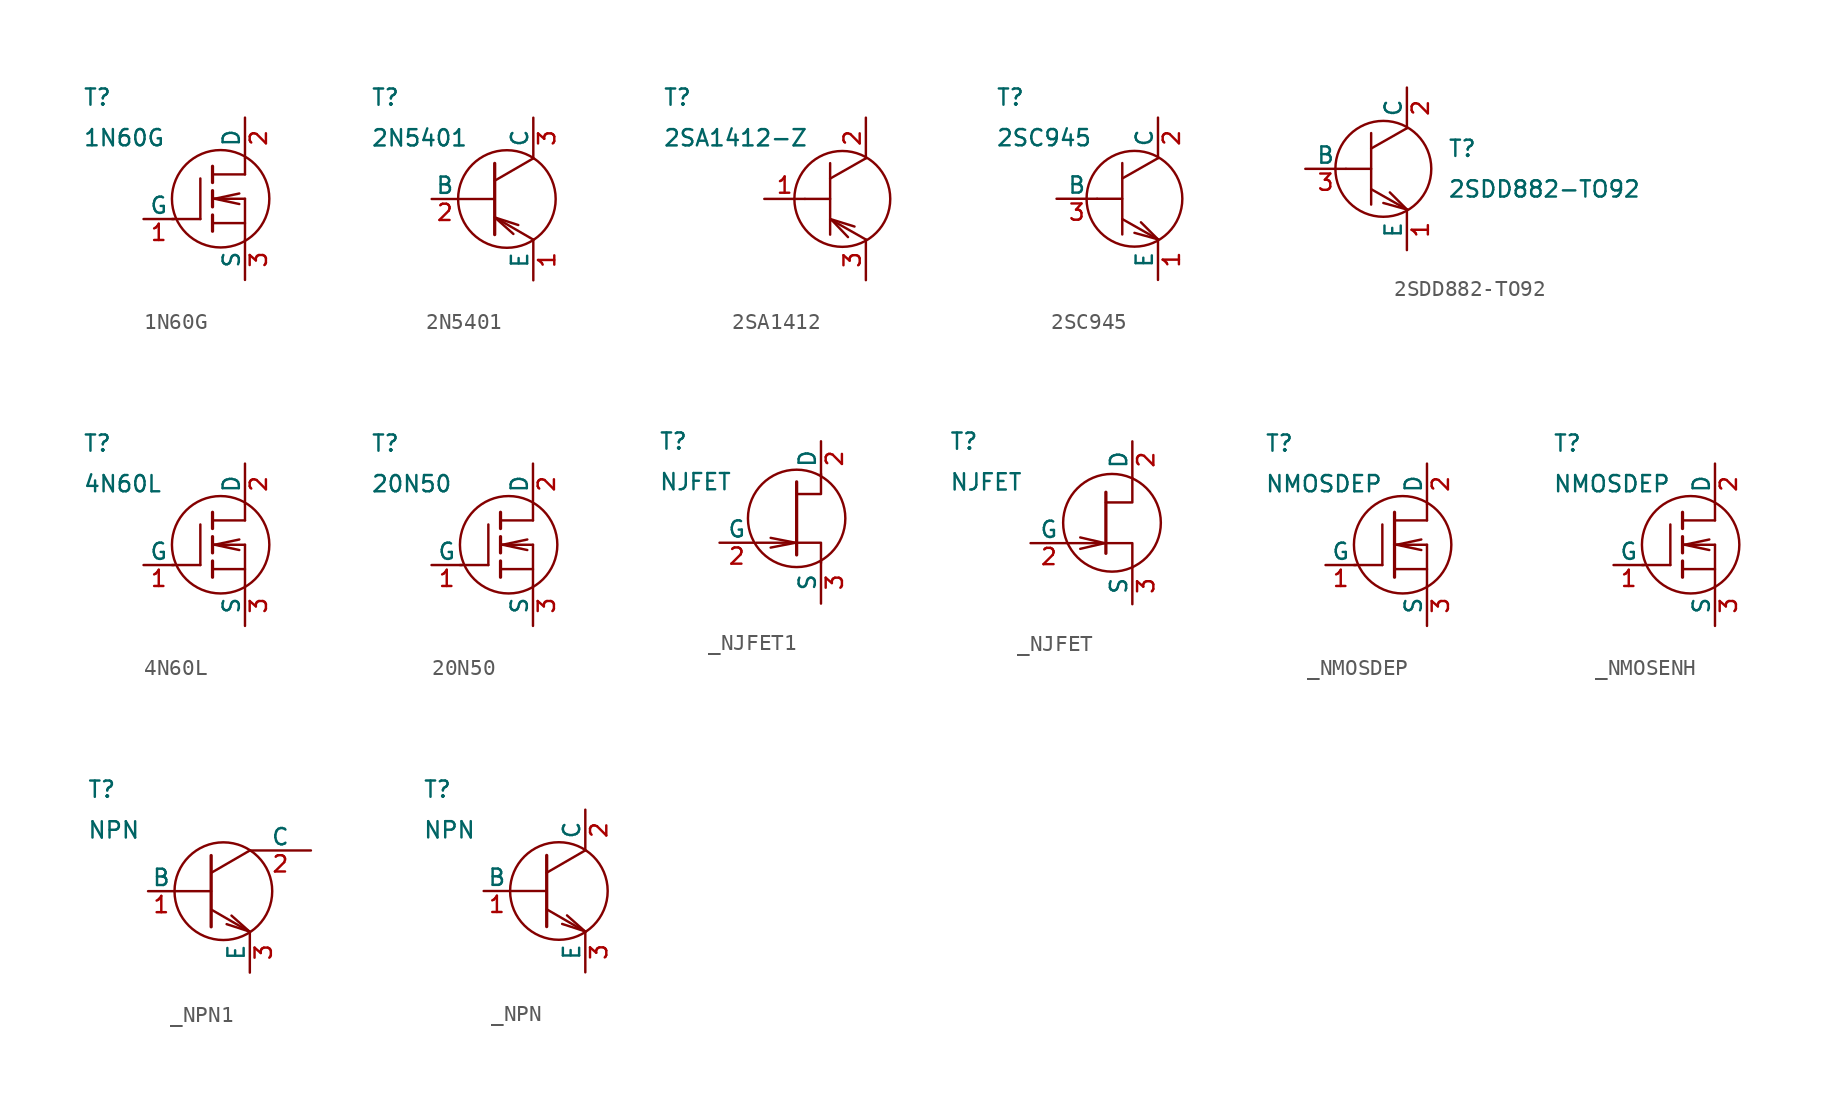
<source format=kicad_sym>
(kicad_symbol_lib
  (version 20231120)
  (generator "kicad_symbol_editor")
  (generator_version "8.0")
  (symbol "1N60G"
    (pin_names
      (offset 0))
    (property "Reference" "T"
      (at -8.89 6.35 0)
      (effects (font (size 1.016 1.016)) (justify left)))
    (property "Value" "1N60G"
      (at -8.89 3.81 0)
      (effects (font (size 1.016 1.016)) (justify left)))
    (symbol "1N60G_0_1"
      (circle (center -0.254 0) (radius 3.048) (stroke (width 0) (type default)) (fill (type none)))
      (polyline (pts (xy -1.524 -1.27) (xy -1.524 1.27)) (stroke (width 0) (type default)) (fill (type none))))
    (symbol "1N60G_1_1"
      (polyline (pts (xy -3.302 -1.27) (xy -1.524 -1.27)) (stroke (width 0) (type default)) (fill (type none)))
      (polyline (pts (xy -0.762 -1.524) (xy 1.27 -1.524)) (stroke (width 0) (type default)) (fill (type none)))
      (polyline (pts (xy -0.762 -1.016) (xy -0.762 -2.032)) (stroke (width 0.203) (type default)) (fill (type none)))
      (polyline (pts (xy -0.762 0.508) (xy -0.762 -0.508)) (stroke (width 0.203) (type default)) (fill (type none)))
      (polyline (pts (xy -0.762 1.524) (xy 1.27 1.524)) (stroke (width 0) (type default)) (fill (type none)))
      (polyline (pts (xy -0.762 2.032) (xy -0.762 1.016)) (stroke (width 0.203) (type default)) (fill (type none)))
      (polyline (pts (xy -0.635 0) (xy 0.914 -0.33)) (stroke (width 0) (type default)) (fill (type none)))
      (polyline (pts (xy 0.914 0.33) (xy -0.635 0)) (stroke (width 0) (type default)) (fill (type none)))
      (polyline (pts (xy 1.27 0) (xy -0.635 0)) (stroke (width 0) (type default)) (fill (type none)))
      (polyline (pts (xy 1.27 0) (xy 1.27 -2.54)) (stroke (width 0) (type default)) (fill (type none)))
      (polyline (pts (xy 1.27 2.54) (xy 1.27 1.524)) (stroke (width 0) (type default)) (fill (type none)))
      (pin input line (at -5.08 -1.27 0) (length 1.905) (name "G" (effects (font (size 1.016 1.016)))) (number "1" (effects (font (size 1.016 1.016)))))
      (pin input line (at 1.27 5.08 270) (length 2.54) (name "D" (effects (font (size 1.016 1.016)))) (number "2" (effects (font (size 1.016 1.016)))))
      (pin input line (at 1.27 -5.08 90) (length 2.54) (name "S" (effects (font (size 1.016 1.016)))) (number "3" (effects (font (size 1.016 1.016)))))))
  (symbol "2N5401"
    (pin_names
      (offset 0))
    (property "Reference" "T"
      (at -8.89 6.35 0)
      (effects (font (size 1.016 1.016)) (justify left)))
    (property "Value" "2N5401"
      (at -8.89 3.81 0)
      (effects (font (size 1.016 1.016)) (justify left)))
    (symbol "2N5401_0_1"
      (circle (center -0.381 0) (radius 3.048) (stroke (width 0) (type default)) (fill (type none)))
      (polyline (pts (xy -3.429 0) (xy -1.143 0)) (stroke (width 0) (type default)) (fill (type none)))
      (polyline (pts (xy -1.143 -1.143) (xy 1.27 -2.54)) (stroke (width 0) (type default)) (fill (type none)))
      (polyline (pts (xy -1.143 1.143) (xy 1.27 2.54)) (stroke (width 0) (type default)) (fill (type none)))
      (polyline (pts (xy 0.025 -2.184) (xy -1.118 -1.168)) (stroke (width 0) (type default)) (fill (type none)))
      (polyline (pts (xy 0.33 -1.626) (xy -1.118 -1.159)) (stroke (width 0) (type default)) (fill (type none))))
    (symbol "2N5401_1_1"
      (polyline (pts (xy -1.143 2.223) (xy -1.143 -2.223)) (stroke (width 0.203) (type default)) (fill (type none)))
      (pin input line (at 1.27 -5.08 90) (length 2.54) (name "E" (effects (font (size 1.016 1.016)))) (number "1" (effects (font (size 1.016 1.016)))))
      (pin input line (at -5.08 0 0) (length 1.651) (name "B" (effects (font (size 1.016 1.016)))) (number "2" (effects (font (size 1.016 1.016)))))
      (pin input line (at 1.27 5.08 270) (length 2.54) (name "C" (effects (font (size 1.016 1.016)))) (number "3" (effects (font (size 1.016 1.016)))))))
  (symbol "2SA1412"
    (pin_names
      (offset 0) hide)
    (property "Reference" "T"
      (at -11.43 6.35 0)
      (effects (font (size 1.016 1.016)) (justify left)))
    (property "Value" "2SA1412-Z"
      (at -11.43 3.81 0)
      (effects (font (size 1.016 1.016)) (justify left)))
    (symbol "2SA1412_1_1"
      (circle (center -0.203 0) (radius 2.997) (stroke (width 0) (type default)) (fill (type none)))
      (polyline (pts (xy -2.54 0) (xy -1.016 0)) (stroke (width 0) (type default)) (fill (type none)))
      (polyline (pts (xy -0.965 0) (xy -0.965 -2.235)) (stroke (width 0) (type default)) (fill (type none)))
      (polyline (pts (xy -0.965 0) (xy -0.965 2.235)) (stroke (width 0) (type default)) (fill (type none)))
      (polyline (pts (xy 1.27 -2.54) (xy -0.965 -1.27)) (stroke (width 0) (type default)) (fill (type none)))
      (polyline (pts (xy 1.27 2.54) (xy -0.965 1.27)) (stroke (width 0) (type default)) (fill (type none)))
      (polyline (pts (xy 0.152 -2.388) (xy -0.914 -1.27) (xy 0.559 -1.727)) (stroke (width 0) (type default)) (fill (type none)))
      (pin passive line (at -5.08 0 0) (length 2.54) (name "B" (effects (font (size 1.016 1.016)))) (number "1" (effects (font (size 1.016 1.016)))))
      (pin passive line (at 1.27 5.08 270) (length 2.54) (name "C" (effects (font (size 1.016 1.016)))) (number "2" (effects (font (size 1.016 1.016)))))
      (pin passive line (at 1.27 -5.08 90) (length 2.54) (name "E" (effects (font (size 1.016 1.016)))) (number "3" (effects (font (size 1.016 1.016)))))))
  (symbol "2SC945"
    (pin_names
      (offset 0))
    (property "Reference" "T"
      (at -8.89 6.35 0)
      (effects (font (size 1.016 1.016)) (justify left)))
    (property "Value" "2SC945"
      (at -8.89 3.81 0)
      (effects (font (size 1.016 1.016)) (justify left)))
    (symbol "2SC945_1_1"
      (circle (center -0.203 0) (radius 2.997) (stroke (width 0) (type default)) (fill (type none)))
      (polyline (pts (xy -2.54 0) (xy -1.016 0)) (stroke (width 0) (type default)) (fill (type none)))
      (polyline (pts (xy -0.965 0) (xy -0.965 -2.235)) (stroke (width 0) (type default)) (fill (type none)))
      (polyline (pts (xy -0.965 0) (xy -0.965 2.235)) (stroke (width 0) (type default)) (fill (type none)))
      (polyline (pts (xy 1.27 -2.54) (xy -0.965 -1.27)) (stroke (width 0) (type default)) (fill (type none)))
      (polyline (pts (xy 1.27 2.54) (xy -0.965 1.27)) (stroke (width 0) (type default)) (fill (type none)))
      (polyline (pts (xy 0.203 -1.473) (xy 1.27 -2.54) (xy -0.203 -2.134)) (stroke (width 0) (type default)) (fill (type none)))
      (pin passive line (at 1.27 -5.08 90) (length 2.54) (name "E" (effects (font (size 1.016 1.016)))) (number "1" (effects (font (size 1.016 1.016)))))
      (pin passive line (at 1.27 5.08 270) (length 2.54) (name "C" (effects (font (size 1.016 1.016)))) (number "2" (effects (font (size 1.016 1.016)))))
      (pin passive line (at -5.08 0 0) (length 2.54) (name "B" (effects (font (size 1.016 1.016)))) (number "3" (effects (font (size 1.016 1.016)))))))
  (symbol "2SDD882-TO92"
    (pin_names
      (offset 0))
    (property "Reference" "T"
      (at 3.81 1.27 0)
      (effects (font (size 1.016 1.016)) (justify left)))
    (property "Value" "2SDD882-TO92"
      (at 3.81 -1.27 0)
      (effects (font (size 1.016 1.016)) (justify left)))
    (symbol "2SDD882-TO92_1_1"
      (circle (center -0.203 0) (radius 2.997) (stroke (width 0) (type default)) (fill (type none)))
      (polyline (pts (xy -2.54 0) (xy -1.016 0)) (stroke (width 0) (type default)) (fill (type none)))
      (polyline (pts (xy -0.965 0) (xy -0.965 -2.235)) (stroke (width 0) (type default)) (fill (type none)))
      (polyline (pts (xy -0.965 0) (xy -0.965 2.235)) (stroke (width 0) (type default)) (fill (type none)))
      (polyline (pts (xy 1.27 -2.54) (xy -0.965 -1.27)) (stroke (width 0) (type default)) (fill (type none)))
      (polyline (pts (xy 1.27 2.54) (xy -0.965 1.27)) (stroke (width 0) (type default)) (fill (type none)))
      (polyline (pts (xy 0.203 -1.473) (xy 1.27 -2.54) (xy -0.203 -2.134)) (stroke (width 0) (type default)) (fill (type none)))
      (pin passive line (at 1.27 -5.08 90) (length 2.54) (name "E" (effects (font (size 1.016 1.016)))) (number "1" (effects (font (size 1.016 1.016)))))
      (pin passive line (at 1.27 5.08 270) (length 2.54) (name "C" (effects (font (size 1.016 1.016)))) (number "2" (effects (font (size 1.016 1.016)))))
      (pin passive line (at -5.08 0 0) (length 2.54) (name "B" (effects (font (size 1.016 1.016)))) (number "3" (effects (font (size 1.016 1.016)))))))
  (symbol "4N60L"
    (pin_names
      (offset 0))
    (property "Reference" "T"
      (at -8.89 6.35 0)
      (effects (font (size 1.016 1.016)) (justify left)))
    (property "Value" "4N60L"
      (at -8.89 3.81 0)
      (effects (font (size 1.016 1.016)) (justify left)))
    (symbol "4N60L_0_1"
      (circle (center -0.254 0) (radius 3.048) (stroke (width 0) (type default)) (fill (type none)))
      (polyline (pts (xy -1.524 -1.27) (xy -1.524 1.27)) (stroke (width 0) (type default)) (fill (type none))))
    (symbol "4N60L_1_1"
      (polyline (pts (xy -3.302 -1.27) (xy -1.524 -1.27)) (stroke (width 0) (type default)) (fill (type none)))
      (polyline (pts (xy -0.762 -1.524) (xy 1.27 -1.524)) (stroke (width 0) (type default)) (fill (type none)))
      (polyline (pts (xy -0.762 -1.016) (xy -0.762 -2.032)) (stroke (width 0.203) (type default)) (fill (type none)))
      (polyline (pts (xy -0.762 0.508) (xy -0.762 -0.508)) (stroke (width 0.203) (type default)) (fill (type none)))
      (polyline (pts (xy -0.762 1.524) (xy 1.27 1.524)) (stroke (width 0) (type default)) (fill (type none)))
      (polyline (pts (xy -0.762 2.032) (xy -0.762 1.016)) (stroke (width 0.203) (type default)) (fill (type none)))
      (polyline (pts (xy -0.635 0) (xy 0.914 -0.33)) (stroke (width 0) (type default)) (fill (type none)))
      (polyline (pts (xy 0.914 0.33) (xy -0.635 0)) (stroke (width 0) (type default)) (fill (type none)))
      (polyline (pts (xy 1.27 0) (xy -0.635 0)) (stroke (width 0) (type default)) (fill (type none)))
      (polyline (pts (xy 1.27 0) (xy 1.27 -2.54)) (stroke (width 0) (type default)) (fill (type none)))
      (polyline (pts (xy 1.27 2.54) (xy 1.27 1.524)) (stroke (width 0) (type default)) (fill (type none)))
      (pin input line (at -5.08 -1.27 0) (length 1.905) (name "G" (effects (font (size 1.016 1.016)))) (number "1" (effects (font (size 1.016 1.016)))))
      (pin input line (at 1.27 5.08 270) (length 2.54) (name "D" (effects (font (size 1.016 1.016)))) (number "2" (effects (font (size 1.016 1.016)))))
      (pin input line (at 1.27 -5.08 90) (length 2.54) (name "S" (effects (font (size 1.016 1.016)))) (number "3" (effects (font (size 1.016 1.016)))))))
  (symbol "20N50"
    (pin_names
      (offset 0))
    (property "Reference" "T"
      (at -8.89 6.35 0)
      (effects (font (size 1.016 1.016)) (justify left)))
    (property "Value" "20N50"
      (at -8.89 3.81 0)
      (effects (font (size 1.016 1.016)) (justify left)))
    (symbol "20N50_0_1"
      (circle (center -0.254 0) (radius 3.048) (stroke (width 0) (type default)) (fill (type none)))
      (polyline (pts (xy -1.524 -1.27) (xy -1.524 1.27)) (stroke (width 0) (type default)) (fill (type none))))
    (symbol "20N50_1_1"
      (polyline (pts (xy -3.302 -1.27) (xy -1.524 -1.27)) (stroke (width 0) (type default)) (fill (type none)))
      (polyline (pts (xy -0.762 -1.524) (xy 1.27 -1.524)) (stroke (width 0) (type default)) (fill (type none)))
      (polyline (pts (xy -0.762 -1.016) (xy -0.762 -2.032)) (stroke (width 0.203) (type default)) (fill (type none)))
      (polyline (pts (xy -0.762 0.508) (xy -0.762 -0.508)) (stroke (width 0.203) (type default)) (fill (type none)))
      (polyline (pts (xy -0.762 1.524) (xy 1.27 1.524)) (stroke (width 0) (type default)) (fill (type none)))
      (polyline (pts (xy -0.762 2.032) (xy -0.762 1.016)) (stroke (width 0.203) (type default)) (fill (type none)))
      (polyline (pts (xy -0.635 0) (xy 0.914 -0.33)) (stroke (width 0) (type default)) (fill (type none)))
      (polyline (pts (xy 0.914 0.33) (xy -0.635 0)) (stroke (width 0) (type default)) (fill (type none)))
      (polyline (pts (xy 1.27 0) (xy -0.635 0)) (stroke (width 0) (type default)) (fill (type none)))
      (polyline (pts (xy 1.27 0) (xy 1.27 -2.54)) (stroke (width 0) (type default)) (fill (type none)))
      (polyline (pts (xy 1.27 2.54) (xy 1.27 1.524)) (stroke (width 0) (type default)) (fill (type none)))
      (pin input line (at -5.08 -1.27 0) (length 1.905) (name "G" (effects (font (size 1.016 1.016)))) (number "1" (effects (font (size 1.016 1.016)))))
      (pin input line (at 1.27 5.08 270) (length 2.54) (name "D" (effects (font (size 1.016 1.016)))) (number "2" (effects (font (size 1.016 1.016)))))
      (pin input line (at 1.27 -5.08 90) (length 2.54) (name "S" (effects (font (size 1.016 1.016)))) (number "3" (effects (font (size 1.016 1.016)))))))
  (symbol "_NJFET1"
    (pin_names
      (offset 0))
    (property "Reference" "T"
      (at -8.89 5.08 0)
      (effects (font (size 1.016 1.016)) (justify left)))
    (property "Value" "NJFET"
      (at -8.89 2.54 0)
      (effects (font (size 1.016 1.016)) (justify left)))
    (symbol "_NJFET1_0_1"
      (circle (center -0.254 0.254) (radius 3.048) (stroke (width 0) (type default)) (fill (type none)))
      (polyline (pts (xy 1.27 -2.54) (xy 1.27 -1.27) (xy -2.794 -1.27)) (stroke (width 0) (type default)) (fill (type none)))
      (polyline (pts (xy 1.27 3.048) (xy 1.27 1.778) (xy -0.254 1.778)) (stroke (width 0) (type default)) (fill (type none))))
    (symbol "_NJFET1_1_1"
      (polyline (pts (xy -0.254 -2.032) (xy -0.254 2.54)) (stroke (width 0.203) (type default)) (fill (type none)))
      (polyline (pts (xy -1.88 -0.965) (xy -0.33 -1.27) (xy -1.88 -1.575)) (stroke (width 0) (type default)) (fill (type none)))
      (pin input line (at 1.27 5.08 270) (length 2.159) (name "D" (effects (font (size 1.016 1.016)))) (number "2" (effects (font (size 1.016 1.016)))))
      (pin passive line (at -5.08 -1.27 0) (length 2.159) (name "G" (effects (font (size 1.016 1.016)))) (number "2" (effects (font (size 1.016 1.016)))))
      (pin input line (at 1.27 -5.08 90) (length 2.667) (name "S" (effects (font (size 1.016 1.016)))) (number "3" (effects (font (size 1.016 1.016)))))))
  (symbol "_NJFET"
    (pin_names
      (offset 0))
    (property "Reference" "T"
      (at -10.16 5.08 0)
      (effects (font (size 1.016 1.016)) (justify left)))
    (property "Value" "NJFET"
      (at -10.16 2.54 0)
      (effects (font (size 1.016 1.016)) (justify left)))
    (symbol "_NJFET_0_1"
      (polyline (pts (xy -2.794 -1.27) (xy -0.508 -1.27)) (stroke (width 0) (type default)) (fill (type none)))
      (polyline (pts (xy -0.381 -1.27) (xy 1.27 -1.27) (xy 1.27 -2.794)) (stroke (width 0) (type default)) (fill (type none)))
      (polyline (pts (xy -0.381 1.27) (xy 1.27 1.27) (xy 1.27 2.794)) (stroke (width 0) (type default)) (fill (type none)))
      (circle (center 0 0) (radius 3.048) (stroke (width 0) (type default)) (fill (type none))))
    (symbol "_NJFET_1_1"
      (polyline (pts (xy -1.981 -1.626) (xy -0.457 -1.27)) (stroke (width 0) (type default)) (fill (type none)))
      (polyline (pts (xy -0.457 -1.27) (xy -1.981 -0.914)) (stroke (width 0) (type default)) (fill (type none)))
      (polyline (pts (xy -0.381 1.905) (xy -0.381 -1.905)) (stroke (width 0.203) (type default)) (fill (type none)))
      (pin input line (at 1.27 5.08 270) (length 2.286) (name "D" (effects (font (size 1.016 1.016)))) (number "2" (effects (font (size 1.016 1.016)))))
      (pin passive line (at -5.08 -1.27 0) (length 2.286) (name "G" (effects (font (size 1.016 1.016)))) (number "2" (effects (font (size 1.016 1.016)))))
      (pin input line (at 1.27 -5.08 90) (length 2.286) (name "S" (effects (font (size 1.016 1.016)))) (number "3" (effects (font (size 1.016 1.016)))))))
  (symbol "_NMOSDEP"
    (pin_names
      (offset 0))
    (property "Reference" "T"
      (at -8.89 6.35 0)
      (effects (font (size 1.016 1.016)) (justify left)))
    (property "Value" "NMOSDEP"
      (at -8.89 3.81 0)
      (effects (font (size 1.016 1.016)) (justify left)))
    (symbol "_NMOSDEP_0_1"
      (circle (center -0.254 0) (radius 3.048) (stroke (width 0) (type default)) (fill (type none)))
      (polyline (pts (xy -1.524 -1.27) (xy -1.524 1.27)) (stroke (width 0) (type default)) (fill (type none))))
    (symbol "_NMOSDEP_1_1"
      (polyline (pts (xy -3.302 -1.27) (xy -1.524 -1.27)) (stroke (width 0) (type default)) (fill (type none)))
      (polyline (pts (xy -0.762 -2.032) (xy -0.762 0)) (stroke (width 0.203) (type default)) (fill (type none)))
      (polyline (pts (xy -0.762 -1.524) (xy 1.27 -1.524)) (stroke (width 0) (type default)) (fill (type none)))
      (polyline (pts (xy -0.762 0) (xy -0.762 2.032)) (stroke (width 0.203) (type default)) (fill (type none)))
      (polyline (pts (xy -0.762 1.524) (xy 1.27 1.524)) (stroke (width 0) (type default)) (fill (type none)))
      (polyline (pts (xy -0.635 0) (xy 0.914 -0.33)) (stroke (width 0) (type default)) (fill (type none)))
      (polyline (pts (xy 0.914 0.33) (xy -0.635 0)) (stroke (width 0) (type default)) (fill (type none)))
      (polyline (pts (xy 1.27 0) (xy -0.635 0)) (stroke (width 0) (type default)) (fill (type none)))
      (polyline (pts (xy 1.27 0) (xy 1.27 -2.54)) (stroke (width 0) (type default)) (fill (type none)))
      (polyline (pts (xy 1.27 2.54) (xy 1.27 1.524)) (stroke (width 0) (type default)) (fill (type none)))
      (pin input line (at -5.08 -1.27 0) (length 1.905) (name "G" (effects (font (size 1.016 1.016)))) (number "1" (effects (font (size 1.016 1.016)))))
      (pin input line (at 1.27 5.08 270) (length 2.54) (name "D" (effects (font (size 1.016 1.016)))) (number "2" (effects (font (size 1.016 1.016)))))
      (pin input line (at 1.27 -5.08 90) (length 2.54) (name "S" (effects (font (size 1.016 1.016)))) (number "3" (effects (font (size 1.016 1.016)))))))
  (symbol "_NMOSENH"
    (pin_names
      (offset 0))
    (property "Reference" "T"
      (at -8.89 6.35 0)
      (effects (font (size 1.016 1.016)) (justify left)))
    (property "Value" "NMOSDEP"
      (at -8.89 3.81 0)
      (effects (font (size 1.016 1.016)) (justify left)))
    (symbol "_NMOSENH_0_1"
      (circle (center -0.254 0) (radius 3.048) (stroke (width 0) (type default)) (fill (type none)))
      (polyline (pts (xy -1.524 -1.27) (xy -1.524 1.27)) (stroke (width 0) (type default)) (fill (type none))))
    (symbol "_NMOSENH_1_1"
      (polyline (pts (xy -3.302 -1.27) (xy -1.524 -1.27)) (stroke (width 0) (type default)) (fill (type none)))
      (polyline (pts (xy -0.762 -1.524) (xy 1.27 -1.524)) (stroke (width 0) (type default)) (fill (type none)))
      (polyline (pts (xy -0.762 -1.016) (xy -0.762 -2.032)) (stroke (width 0.203) (type default)) (fill (type none)))
      (polyline (pts (xy -0.762 0.508) (xy -0.762 -0.508)) (stroke (width 0.203) (type default)) (fill (type none)))
      (polyline (pts (xy -0.762 1.524) (xy 1.27 1.524)) (stroke (width 0) (type default)) (fill (type none)))
      (polyline (pts (xy -0.762 2.032) (xy -0.762 1.016)) (stroke (width 0.203) (type default)) (fill (type none)))
      (polyline (pts (xy -0.635 0) (xy 0.914 -0.33)) (stroke (width 0) (type default)) (fill (type none)))
      (polyline (pts (xy 0.914 0.33) (xy -0.635 0)) (stroke (width 0) (type default)) (fill (type none)))
      (polyline (pts (xy 1.27 0) (xy -0.635 0)) (stroke (width 0) (type default)) (fill (type none)))
      (polyline (pts (xy 1.27 0) (xy 1.27 -2.54)) (stroke (width 0) (type default)) (fill (type none)))
      (polyline (pts (xy 1.27 2.54) (xy 1.27 1.524)) (stroke (width 0) (type default)) (fill (type none)))
      (pin input line (at -5.08 -1.27 0) (length 1.905) (name "G" (effects (font (size 1.016 1.016)))) (number "1" (effects (font (size 1.016 1.016)))))
      (pin input line (at 1.27 5.08 270) (length 2.54) (name "D" (effects (font (size 1.016 1.016)))) (number "2" (effects (font (size 1.016 1.016)))))
      (pin input line (at 1.27 -5.08 90) (length 2.54) (name "S" (effects (font (size 1.016 1.016)))) (number "3" (effects (font (size 1.016 1.016)))))))
  (symbol "_NPN1"
    (pin_names
      (offset 0))
    (property "Reference" "T"
      (at -8.89 6.35 0)
      (effects (font (size 1.016 1.016)) (justify left)))
    (property "Value" "NPN"
      (at -8.89 3.81 0)
      (effects (font (size 1.016 1.016)) (justify left)))
    (symbol "_NPN1_0_1"
      (circle (center -0.381 0) (radius 3.048) (stroke (width 0) (type default)) (fill (type none)))
      (polyline (pts (xy -3.429 0) (xy -1.143 0)) (stroke (width 0) (type default)) (fill (type none)))
      (polyline (pts (xy -1.143 -1.143) (xy 1.27 -2.54)) (stroke (width 0) (type default)) (fill (type none)))
      (polyline (pts (xy -1.143 1.143) (xy 1.27 2.54)) (stroke (width 0) (type default)) (fill (type none)))
      (polyline (pts (xy -0.178 -2.057) (xy 1.27 -2.524)) (stroke (width 0) (type default)) (fill (type none)))
      (polyline (pts (xy 0.127 -1.524) (xy 1.27 -2.54)) (stroke (width 0) (type default)) (fill (type none))))
    (symbol "_NPN1_1_1"
      (polyline (pts (xy -1.143 2.223) (xy -1.143 -2.223)) (stroke (width 0.203) (type default)) (fill (type none)))
      (pin input line (at -5.08 0 0) (length 1.651) (name "B" (effects (font (size 1.016 1.016)))) (number "1" (effects (font (size 1.016 1.016)))))
      (pin input line (at 5.08 2.54 180) (length 3.81) (name "C" (effects (font (size 1.016 1.016)))) (number "2" (effects (font (size 1.016 1.016)))))
      (pin input line (at 1.27 -5.08 90) (length 2.54) (name "E" (effects (font (size 1.016 1.016)))) (number "3" (effects (font (size 1.016 1.016)))))))
  (symbol "_NPN"
    (pin_names
      (offset 0))
    (property "Reference" "T"
      (at -8.89 6.35 0)
      (effects (font (size 1.016 1.016)) (justify left)))
    (property "Value" "NPN"
      (at -8.89 3.81 0)
      (effects (font (size 1.016 1.016)) (justify left)))
    (symbol "_NPN_0_1"
      (circle (center -0.381 0) (radius 3.048) (stroke (width 0) (type default)) (fill (type none)))
      (polyline (pts (xy -3.429 0) (xy -1.143 0)) (stroke (width 0) (type default)) (fill (type none)))
      (polyline (pts (xy -1.143 -1.143) (xy 1.27 -2.54)) (stroke (width 0) (type default)) (fill (type none)))
      (polyline (pts (xy -1.143 1.143) (xy 1.27 2.54)) (stroke (width 0) (type default)) (fill (type none)))
      (polyline (pts (xy -0.178 -2.057) (xy 1.27 -2.524)) (stroke (width 0) (type default)) (fill (type none)))
      (polyline (pts (xy 0.127 -1.524) (xy 1.27 -2.54)) (stroke (width 0) (type default)) (fill (type none))))
    (symbol "_NPN_1_1"
      (polyline (pts (xy -1.143 2.223) (xy -1.143 -2.223)) (stroke (width 0.203) (type default)) (fill (type none)))
      (pin input line (at -5.08 0 0) (length 1.651) (name "B" (effects (font (size 1.016 1.016)))) (number "1" (effects (font (size 1.016 1.016)))))
      (pin input line (at 1.27 5.08 270) (length 2.54) (name "C" (effects (font (size 1.016 1.016)))) (number "2" (effects (font (size 1.016 1.016)))))
      (pin input line (at 1.27 -5.08 90) (length 2.54) (name "E" (effects (font (size 1.016 1.016)))) (number "3" (effects (font (size 1.016 1.016))))))))
</source>
